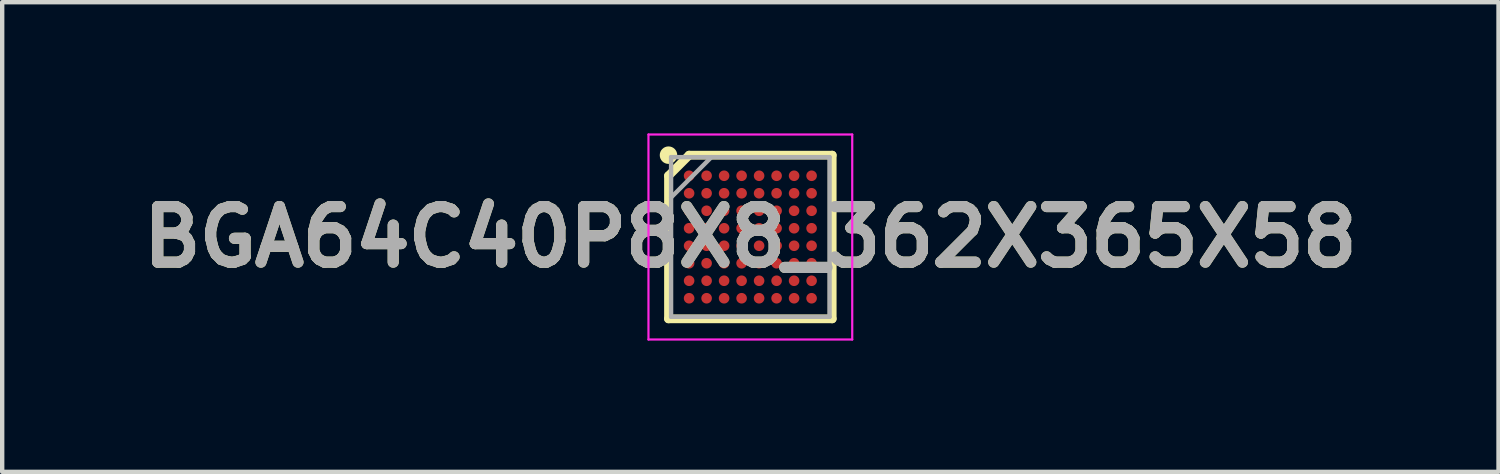
<source format=kicad_pcb>
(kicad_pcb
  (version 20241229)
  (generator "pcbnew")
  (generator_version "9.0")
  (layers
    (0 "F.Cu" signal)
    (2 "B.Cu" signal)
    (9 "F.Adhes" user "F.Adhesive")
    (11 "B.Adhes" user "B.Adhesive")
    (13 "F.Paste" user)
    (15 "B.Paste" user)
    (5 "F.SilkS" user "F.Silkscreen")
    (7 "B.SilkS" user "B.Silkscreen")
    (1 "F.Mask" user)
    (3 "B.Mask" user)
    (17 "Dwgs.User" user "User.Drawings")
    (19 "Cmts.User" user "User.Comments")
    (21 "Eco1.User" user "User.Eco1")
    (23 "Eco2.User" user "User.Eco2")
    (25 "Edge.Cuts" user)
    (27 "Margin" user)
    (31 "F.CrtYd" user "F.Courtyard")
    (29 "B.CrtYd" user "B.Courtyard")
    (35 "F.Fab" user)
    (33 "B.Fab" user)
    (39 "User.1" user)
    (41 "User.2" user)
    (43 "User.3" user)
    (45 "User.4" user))
  (footprint "BGA64C40P8X8_362X365X58"
    (layer "F.Cu")
    (at 14.103 2.368)
    (property "Reference" "BGA64C40P8X8_362X365X58" (at 0 0 0) (layer "F.SilkS") (effects (font (size 1.27 1.27) (thickness 0.254))))
    (attr smd)
    (fp_line (start -1.871 -1.4) (end -1.4 -1.871) (stroke (width 0.2) (type solid)) (layer "F.SilkS"))
    (fp_line (start -1.871 1.871) (end -1.871 -1.4) (stroke (width 0.2) (type solid)) (layer "F.SilkS"))
    (fp_line (start -1.4 -1.871) (end 1.871 -1.871) (stroke (width 0.2) (type solid)) (layer "F.SilkS"))
    (fp_line (start 1.871 -1.871) (end 1.871 1.871) (stroke (width 0.2) (type solid)) (layer "F.SilkS"))
    (fp_line (start 1.871 1.871) (end -1.871 1.871) (stroke (width 0.2) (type solid)) (layer "F.SilkS"))
    (fp_circle (center -1.871 -1.871) (end -1.871 -1.771) (stroke (width 0.2) (type solid)) (fill no) (layer "F.SilkS"))
    (fp_line (start -2.329 -2.343) (end 2.329 -2.343) (stroke (width 0.05) (type solid)) (layer "F.CrtYd"))
    (fp_line (start -2.329 2.343) (end -2.329 -2.343) (stroke (width 0.05) (type solid)) (layer "F.CrtYd"))
    (fp_line (start 2.329 -2.343) (end 2.329 2.343) (stroke (width 0.05) (type solid)) (layer "F.CrtYd"))
    (fp_line (start 2.329 2.343) (end -2.329 2.343) (stroke (width 0.05) (type solid)) (layer "F.CrtYd"))
    (fp_line (start -1.812 -1.826) (end 1.811 -1.826) (stroke (width 0.1) (type solid)) (layer "F.Fab"))
    (fp_line (start -1.812 -0.904) (end -0.89 -1.826) (stroke (width 0.1) (type solid)) (layer "F.Fab"))
    (fp_line (start -1.812 1.825) (end -1.812 -1.826) (stroke (width 0.1) (type solid)) (layer "F.Fab"))
    (fp_line (start 1.811 -1.826) (end 1.811 1.825) (stroke (width 0.1) (type solid)) (layer "F.Fab"))
    (fp_line (start 1.811 1.825) (end -1.812 1.825) (stroke (width 0.1) (type solid)) (layer "F.Fab"))
    (fp_text user "${REFERENCE}" (at 0 0 0) (layer "F.Fab") (effects (font (size 1.27 1.27) (thickness 0.254))))
    (pad "A1" smd circle (at -1.4 -1.4 90) (size 0.242 0.242) (layers "F.Cu" "F.Mask" "F.Paste"))
    (pad "A2" smd circle (at -1 -1.4 90) (size 0.242 0.242) (layers "F.Cu" "F.Mask" "F.Paste"))
    (pad "A3" smd circle (at -0.6 -1.4 90) (size 0.242 0.242) (layers "F.Cu" "F.Mask" "F.Paste"))
    (pad "A4" smd circle (at -0.2 -1.4 90) (size 0.242 0.242) (layers "F.Cu" "F.Mask" "F.Paste"))
    (pad "A5" smd circle (at 0.2 -1.4 90) (size 0.242 0.242) (layers "F.Cu" "F.Mask" "F.Paste"))
    (pad "A6" smd circle (at 0.6 -1.4 90) (size 0.242 0.242) (layers "F.Cu" "F.Mask" "F.Paste"))
    (pad "A7" smd circle (at 1 -1.4 90) (size 0.242 0.242) (layers "F.Cu" "F.Mask" "F.Paste"))
    (pad "A8" smd circle (at 1.4 -1.4 90) (size 0.242 0.242) (layers "F.Cu" "F.Mask" "F.Paste"))
    (pad "B1" smd circle (at -1.4 -1 90) (size 0.242 0.242) (layers "F.Cu" "F.Mask" "F.Paste"))
    (pad "B2" smd circle (at -1 -1 90) (size 0.242 0.242) (layers "F.Cu" "F.Mask" "F.Paste"))
    (pad "B3" smd circle (at -0.6 -1 90) (size 0.242 0.242) (layers "F.Cu" "F.Mask" "F.Paste"))
    (pad "B4" smd circle (at -0.2 -1 90) (size 0.242 0.242) (layers "F.Cu" "F.Mask" "F.Paste"))
    (pad "B5" smd circle (at 0.2 -1 90) (size 0.242 0.242) (layers "F.Cu" "F.Mask" "F.Paste"))
    (pad "B6" smd circle (at 0.6 -1 90) (size 0.242 0.242) (layers "F.Cu" "F.Mask" "F.Paste"))
    (pad "B7" smd circle (at 1 -1 90) (size 0.242 0.242) (layers "F.Cu" "F.Mask" "F.Paste"))
    (pad "B8" smd circle (at 1.4 -1 90) (size 0.242 0.242) (layers "F.Cu" "F.Mask" "F.Paste"))
    (pad "C1" smd circle (at -1.4 -0.6 90) (size 0.242 0.242) (layers "F.Cu" "F.Mask" "F.Paste"))
    (pad "C2" smd circle (at -1 -0.6 90) (size 0.242 0.242) (layers "F.Cu" "F.Mask" "F.Paste"))
    (pad "C3" smd circle (at -0.6 -0.6 90) (size 0.242 0.242) (layers "F.Cu" "F.Mask" "F.Paste"))
    (pad "C4" smd circle (at -0.2 -0.6 90) (size 0.242 0.242) (layers "F.Cu" "F.Mask" "F.Paste"))
    (pad "C5" smd circle (at 0.2 -0.6 90) (size 0.242 0.242) (layers "F.Cu" "F.Mask" "F.Paste"))
    (pad "C6" smd circle (at 0.6 -0.6 90) (size 0.242 0.242) (layers "F.Cu" "F.Mask" "F.Paste"))
    (pad "C7" smd circle (at 1 -0.6 90) (size 0.242 0.242) (layers "F.Cu" "F.Mask" "F.Paste"))
    (pad "C8" smd circle (at 1.4 -0.6 90) (size 0.242 0.242) (layers "F.Cu" "F.Mask" "F.Paste"))
    (pad "D1" smd circle (at -1.4 -0.2 90) (size 0.242 0.242) (layers "F.Cu" "F.Mask" "F.Paste"))
    (pad "D2" smd circle (at -1 -0.2 90) (size 0.242 0.242) (layers "F.Cu" "F.Mask" "F.Paste"))
    (pad "D3" smd circle (at -0.6 -0.2 90) (size 0.242 0.242) (layers "F.Cu" "F.Mask" "F.Paste"))
    (pad "D4" smd circle (at -0.2 -0.2 90) (size 0.242 0.242) (layers "F.Cu" "F.Mask" "F.Paste"))
    (pad "D5" smd circle (at 0.2 -0.2 90) (size 0.242 0.242) (layers "F.Cu" "F.Mask" "F.Paste"))
    (pad "D6" smd circle (at 0.6 -0.2 90) (size 0.242 0.242) (layers "F.Cu" "F.Mask" "F.Paste"))
    (pad "D7" smd circle (at 1 -0.2 90) (size 0.242 0.242) (layers "F.Cu" "F.Mask" "F.Paste"))
    (pad "D8" smd circle (at 1.4 -0.2 90) (size 0.242 0.242) (layers "F.Cu" "F.Mask" "F.Paste"))
    (pad "E1" smd circle (at -1.4 0.2 90) (size 0.242 0.242) (layers "F.Cu" "F.Mask" "F.Paste"))
    (pad "E2" smd circle (at -1 0.2 90) (size 0.242 0.242) (layers "F.Cu" "F.Mask" "F.Paste"))
    (pad "E3" smd circle (at -0.6 0.2 90) (size 0.242 0.242) (layers "F.Cu" "F.Mask" "F.Paste"))
    (pad "E4" smd circle (at -0.2 0.2 90) (size 0.242 0.242) (layers "F.Cu" "F.Mask" "F.Paste"))
    (pad "E5" smd circle (at 0.2 0.2 90) (size 0.242 0.242) (layers "F.Cu" "F.Mask" "F.Paste"))
    (pad "E6" smd circle (at 0.6 0.2 90) (size 0.242 0.242) (layers "F.Cu" "F.Mask" "F.Paste"))
    (pad "E7" smd circle (at 1 0.2 90) (size 0.242 0.242) (layers "F.Cu" "F.Mask" "F.Paste"))
    (pad "E8" smd circle (at 1.4 0.2 90) (size 0.242 0.242) (layers "F.Cu" "F.Mask" "F.Paste"))
    (pad "F1" smd circle (at -1.4 0.6 90) (size 0.242 0.242) (layers "F.Cu" "F.Mask" "F.Paste"))
    (pad "F2" smd circle (at -1 0.6 90) (size 0.242 0.242) (layers "F.Cu" "F.Mask" "F.Paste"))
    (pad "F3" smd circle (at -0.6 0.6 90) (size 0.242 0.242) (layers "F.Cu" "F.Mask" "F.Paste"))
    (pad "F4" smd circle (at -0.2 0.6 90) (size 0.242 0.242) (layers "F.Cu" "F.Mask" "F.Paste"))
    (pad "F5" smd circle (at 0.2 0.6 90) (size 0.242 0.242) (layers "F.Cu" "F.Mask" "F.Paste"))
    (pad "F6" smd circle (at 0.6 0.6 90) (size 0.242 0.242) (layers "F.Cu" "F.Mask" "F.Paste"))
    (pad "F7" smd circle (at 1 0.6 90) (size 0.242 0.242) (layers "F.Cu" "F.Mask" "F.Paste"))
    (pad "F8" smd circle (at 1.4 0.6 90) (size 0.242 0.242) (layers "F.Cu" "F.Mask" "F.Paste"))
    (pad "G1" smd circle (at -1.4 1 90) (size 0.242 0.242) (layers "F.Cu" "F.Mask" "F.Paste"))
    (pad "G2" smd circle (at -1 1 90) (size 0.242 0.242) (layers "F.Cu" "F.Mask" "F.Paste"))
    (pad "G3" smd circle (at -0.6 1 90) (size 0.242 0.242) (layers "F.Cu" "F.Mask" "F.Paste"))
    (pad "G4" smd circle (at -0.2 1 90) (size 0.242 0.242) (layers "F.Cu" "F.Mask" "F.Paste"))
    (pad "G5" smd circle (at 0.2 1 90) (size 0.242 0.242) (layers "F.Cu" "F.Mask" "F.Paste"))
    (pad "G6" smd circle (at 0.6 1 90) (size 0.242 0.242) (layers "F.Cu" "F.Mask" "F.Paste"))
    (pad "G7" smd circle (at 1 1 90) (size 0.242 0.242) (layers "F.Cu" "F.Mask" "F.Paste"))
    (pad "G8" smd circle (at 1.4 1 90) (size 0.242 0.242) (layers "F.Cu" "F.Mask" "F.Paste"))
    (pad "H1" smd circle (at -1.4 1.4 90) (size 0.242 0.242) (layers "F.Cu" "F.Mask" "F.Paste"))
    (pad "H2" smd circle (at -1 1.4 90) (size 0.242 0.242) (layers "F.Cu" "F.Mask" "F.Paste"))
    (pad "H3" smd circle (at -0.6 1.4 90) (size 0.242 0.242) (layers "F.Cu" "F.Mask" "F.Paste"))
    (pad "H4" smd circle (at -0.2 1.4 90) (size 0.242 0.242) (layers "F.Cu" "F.Mask" "F.Paste"))
    (pad "H5" smd circle (at 0.2 1.4 90) (size 0.242 0.242) (layers "F.Cu" "F.Mask" "F.Paste"))
    (pad "H6" smd circle (at 0.6 1.4 90) (size 0.242 0.242) (layers "F.Cu" "F.Mask" "F.Paste"))
    (pad "H7" smd circle (at 1 1.4 90) (size 0.242 0.242) (layers "F.Cu" "F.Mask" "F.Paste"))
    (pad "H8" smd circle (at 1.4 1.4 90) (size 0.242 0.242) (layers "F.Cu" "F.Mask" "F.Paste")))
  (gr_rect
    (start -3 -3)
    (end 31.206 7.736)
    (stroke (width 0.1) (type default))
    (fill no)
    (layer "Edge.Cuts")))
</source>
